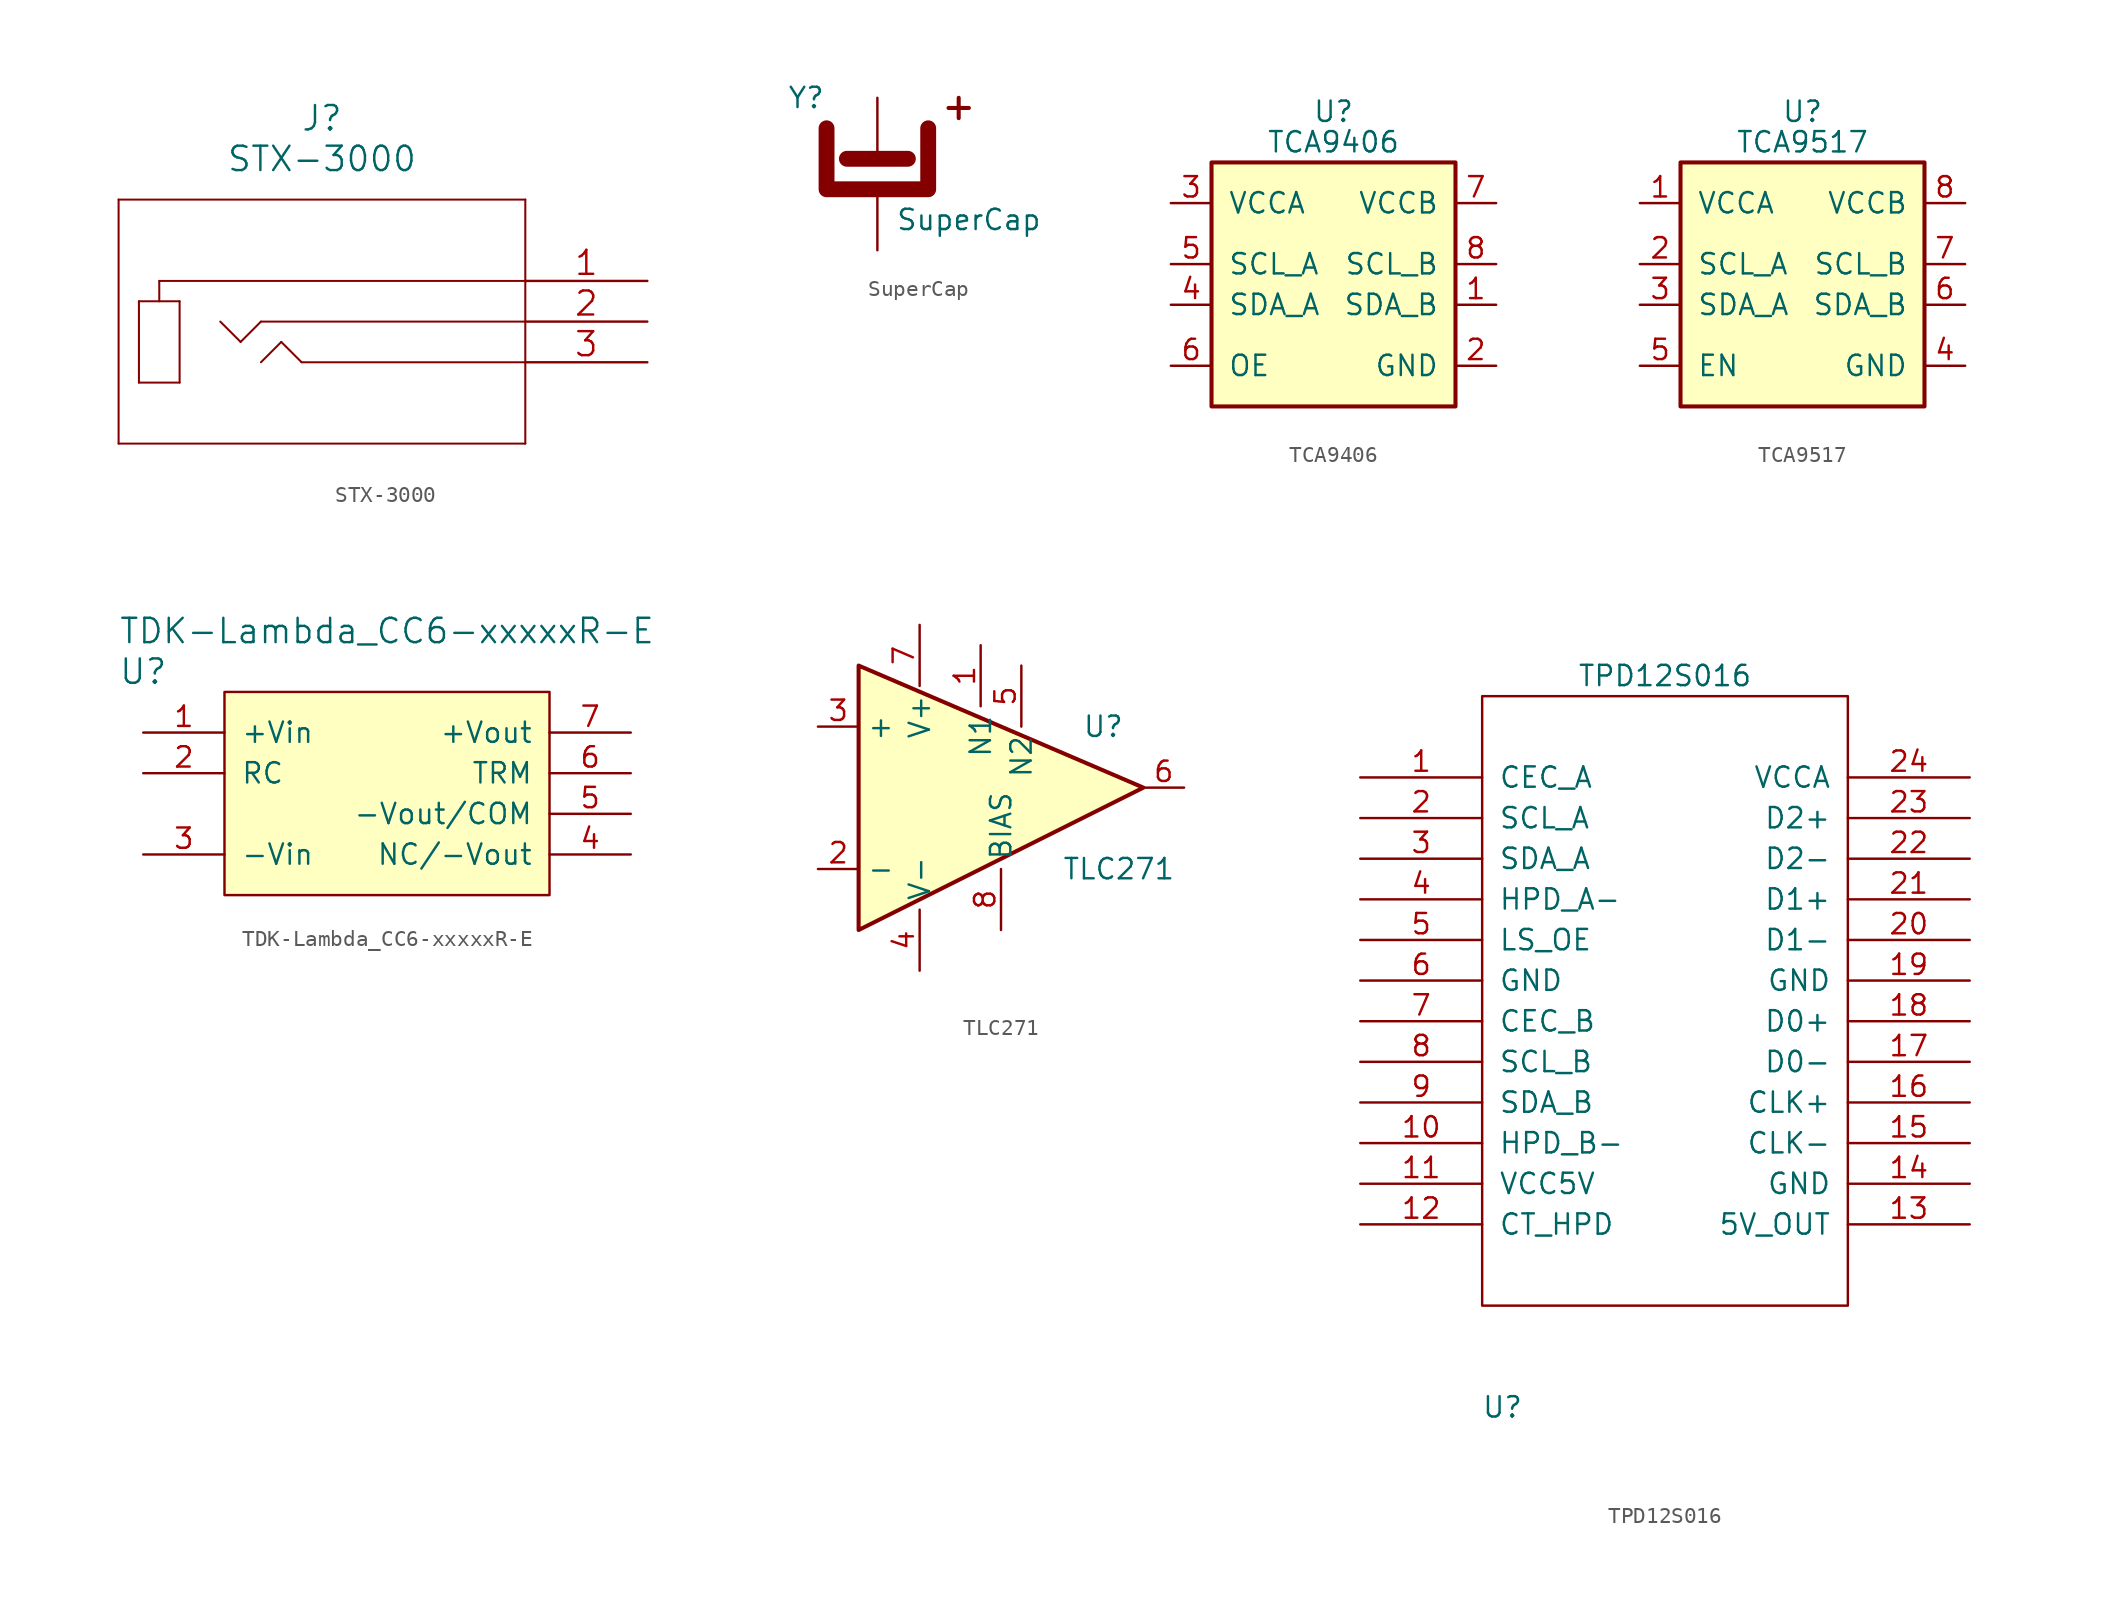
<source format=kicad_sym>
(kicad_symbol_lib
  (version 20211014)
  (generator kicad_symbol_editor)
  (symbol "STX-3000"
    (pin_names
      (offset -0.254) hide)
    (property "Reference" "J"
      (at -20.32 10.16 0)
      (effects (font (size 1.524 1.524))))
    (property "Value" "STX-3000"
      (at -20.32 7.62 0)
      (effects (font (size 1.524 1.524))))
    (property "Datasheet" ""
      (at 0 0 0)
      (effects (font (size 1.524 1.524))))
    (property "ki_locked" ""
      (at 0 0 0)
      (effects (font (size 1.27 1.27))))
    (symbol "STX-3000_1_1"
      (polyline (pts (xy -33.02 -10.16) (xy -7.62 -10.16)) (stroke (width 0.127) (type default) (color 0 0 0 0)) (fill (type none)))
      (polyline (pts (xy -33.02 5.08) (xy -33.02 -10.16)) (stroke (width 0.127) (type default) (color 0 0 0 0)) (fill (type none)))
      (polyline (pts (xy -31.75 -6.35) (xy -31.75 -1.27)) (stroke (width 0.127) (type default) (color 0 0 0 0)) (fill (type none)))
      (polyline (pts (xy -31.75 -1.27) (xy -29.21 -1.27)) (stroke (width 0.127) (type default) (color 0 0 0 0)) (fill (type none)))
      (polyline (pts (xy -30.48 0) (xy -30.48 -1.27)) (stroke (width 0.127) (type default) (color 0 0 0 0)) (fill (type none)))
      (polyline (pts (xy -29.21 -6.35) (xy -31.75 -6.35)) (stroke (width 0.127) (type default) (color 0 0 0 0)) (fill (type none)))
      (polyline (pts (xy -29.21 -1.27) (xy -29.21 -6.35)) (stroke (width 0.127) (type default) (color 0 0 0 0)) (fill (type none)))
      (polyline (pts (xy -25.4 -3.81) (xy -26.67 -2.54)) (stroke (width 0.127) (type default) (color 0 0 0 0)) (fill (type none)))
      (polyline (pts (xy -25.4 -3.81) (xy -24.13 -2.54)) (stroke (width 0.127) (type default) (color 0 0 0 0)) (fill (type none)))
      (polyline (pts (xy -22.86 -3.81) (xy -24.13 -5.08)) (stroke (width 0.127) (type default) (color 0 0 0 0)) (fill (type none)))
      (polyline (pts (xy -21.59 -5.08) (xy -22.86 -3.81)) (stroke (width 0.127) (type default) (color 0 0 0 0)) (fill (type none)))
      (polyline (pts (xy -7.62 -10.16) (xy -7.62 5.08)) (stroke (width 0.127) (type default) (color 0 0 0 0)) (fill (type none)))
      (polyline (pts (xy -7.62 -5.08) (xy -21.59 -5.08)) (stroke (width 0.127) (type default) (color 0 0 0 0)) (fill (type none)))
      (polyline (pts (xy -7.62 -2.54) (xy -24.13 -2.54)) (stroke (width 0.127) (type default) (color 0 0 0 0)) (fill (type none)))
      (polyline (pts (xy -7.62 0) (xy -30.48 0)) (stroke (width 0.127) (type default) (color 0 0 0 0)) (fill (type none)))
      (polyline (pts (xy -7.62 5.08) (xy -33.02 5.08)) (stroke (width 0.127) (type default) (color 0 0 0 0)) (fill (type none)))
      (pin bidirectional line (at 0 0 180) (length 7.62) (name "1" (effects (font (size 1.499 1.499)))) (number "1" (effects (font (size 1.499 1.499)))))
      (pin unspecified line (at 0 -2.54 180) (length 7.62) (name "2" (effects (font (size 1.499 1.499)))) (number "2" (effects (font (size 1.499 1.499)))))
      (pin bidirectional line (at 0 -5.08 180) (length 7.62) (name "3" (effects (font (size 1.499 1.499)))) (number "3" (effects (font (size 1.499 1.499)))))))
  (symbol "SuperCap"
    (pin_numbers hide)
    (pin_names
      (offset 1.016) hide)
    (property "Reference" "Y"
      (at -4.445 3.175 0)
      (effects (font (size 1.27 1.27))))
    (property "Value" "SuperCap"
      (at 5.715 -4.445 0)
      (effects (font (size 1.27 1.27))))
    (symbol "SuperCap_0_1"
      (polyline (pts (xy -1.905 -0.635) (xy 1.905 -0.635)) (stroke (width 0.991) (type default) (color 0 0 0 0)) (fill (type none)))
      (polyline (pts (xy 4.445 2.54) (xy 5.715 2.54)) (stroke (width 0.254) (type default) (color 0 0 0 0)) (fill (type none)))
      (polyline (pts (xy 5.08 3.175) (xy 5.08 1.905)) (stroke (width 0.254) (type default) (color 0 0 0 0)) (fill (type none)))
      (polyline (pts (xy -3.175 1.27) (xy -3.175 -2.54) (xy 3.175 -2.54) (xy 3.175 1.27)) (stroke (width 0.991) (type default) (color 0 0 0 0)) (fill (type none))))
    (symbol "SuperCap_1_1"
      (pin passive line (at 0 3.175 270) (length 3.81) (name "~" (effects (font (size 1.27 1.27)))) (number "1" (effects (font (size 1.27 1.27)))))
      (pin passive line (at 0 -6.35 90) (length 3.81) (name "~" (effects (font (size 1.27 1.27)))) (number "2" (effects (font (size 1.27 1.27)))))))
  (symbol "TCA9406"
    (pin_names
      (offset 1.016))
    (property "Reference" "U"
      (at 0 10.795 0)
      (effects (font (size 1.27 1.27))))
    (property "Value" "TCA9406"
      (at 0 8.89 0)
      (effects (font (size 1.27 1.27))))
    (symbol "TCA9406_0_1"
      (rectangle (start -7.62 7.62) (end 7.62 -7.62) (stroke (width 0.254) (type default) (color 0 0 0 0)) (fill (type background))))
    (symbol "TCA9406_1_1"
      (pin output line (at 10.16 -1.27 180) (length 2.54) (name "SDA_B" (effects (font (size 1.27 1.27)))) (number "1" (effects (font (size 1.27 1.27)))))
      (pin power_in line (at 10.16 -5.08 180) (length 2.54) (name "GND" (effects (font (size 1.27 1.27)))) (number "2" (effects (font (size 1.27 1.27)))))
      (pin power_in line (at -10.16 5.08 0) (length 2.54) (name "VCCA" (effects (font (size 1.27 1.27)))) (number "3" (effects (font (size 1.27 1.27)))))
      (pin input line (at -10.16 -1.27 0) (length 2.54) (name "SDA_A" (effects (font (size 1.27 1.27)))) (number "4" (effects (font (size 1.27 1.27)))))
      (pin input line (at -10.16 1.27 0) (length 2.54) (name "SCL_A" (effects (font (size 1.27 1.27)))) (number "5" (effects (font (size 1.27 1.27)))))
      (pin power_in line (at -10.16 -5.08 0) (length 2.54) (name "OE" (effects (font (size 1.27 1.27)))) (number "6" (effects (font (size 1.27 1.27)))))
      (pin power_in line (at 10.16 5.08 180) (length 2.54) (name "VCCB" (effects (font (size 1.27 1.27)))) (number "7" (effects (font (size 1.27 1.27)))))
      (pin output line (at 10.16 1.27 180) (length 2.54) (name "SCL_B" (effects (font (size 1.27 1.27)))) (number "8" (effects (font (size 1.27 1.27)))))))
  (symbol "TCA9517"
    (pin_names
      (offset 1.016))
    (property "Reference" "U"
      (at 0 10.795 0)
      (effects (font (size 1.27 1.27))))
    (property "Value" "TCA9517"
      (at 0 8.89 0)
      (effects (font (size 1.27 1.27))))
    (symbol "TCA9517_0_1"
      (rectangle (start -7.62 7.62) (end 7.62 -7.62) (stroke (width 0.254) (type default) (color 0 0 0 0)) (fill (type background))))
    (symbol "TCA9517_1_1"
      (pin power_in line (at -10.16 5.08 0) (length 2.54) (name "VCCA" (effects (font (size 1.27 1.27)))) (number "1" (effects (font (size 1.27 1.27)))))
      (pin input line (at -10.16 1.27 0) (length 2.54) (name "SCL_A" (effects (font (size 1.27 1.27)))) (number "2" (effects (font (size 1.27 1.27)))))
      (pin input line (at -10.16 -1.27 0) (length 2.54) (name "SDA_A" (effects (font (size 1.27 1.27)))) (number "3" (effects (font (size 1.27 1.27)))))
      (pin power_in line (at 10.16 -5.08 180) (length 2.54) (name "GND" (effects (font (size 1.27 1.27)))) (number "4" (effects (font (size 1.27 1.27)))))
      (pin power_in line (at -10.16 -5.08 0) (length 2.54) (name "EN" (effects (font (size 1.27 1.27)))) (number "5" (effects (font (size 1.27 1.27)))))
      (pin output line (at 10.16 -1.27 180) (length 2.54) (name "SDA_B" (effects (font (size 1.27 1.27)))) (number "6" (effects (font (size 1.27 1.27)))))
      (pin output line (at 10.16 1.27 180) (length 2.54) (name "SCL_B" (effects (font (size 1.27 1.27)))) (number "7" (effects (font (size 1.27 1.27)))))
      (pin power_in line (at 10.16 5.08 180) (length 2.54) (name "VCCB" (effects (font (size 1.27 1.27)))) (number "8" (effects (font (size 1.27 1.27)))))))
  (symbol "TDK-Lambda_CC6-xxxxxR-E"
    (pin_names
      (offset 1.016))
    (property "Reference" "U"
      (at -15.24 1.27 0)
      (effects (font (size 1.524 1.524))))
    (property "Value" "TDK-Lambda_CC6-xxxxxR-E"
      (at 0 3.81 0)
      (effects (font (size 1.524 1.524))))
    (symbol "TDK-Lambda_CC6-xxxxxR-E_0_0"
      (rectangle (start -10.16 0) (end 10.16 -12.7) (stroke (width 0) (type default) (color 0 0 0 0)) (fill (type background))))
    (symbol "TDK-Lambda_CC6-xxxxxR-E_1_1"
      (pin input line (at -15.24 -2.54 0) (length 5.08) (name "+Vin" (effects (font (size 1.27 1.27)))) (number "1" (effects (font (size 1.27 1.27)))))
      (pin input line (at -15.24 -5.08 0) (length 5.08) (name "RC" (effects (font (size 1.27 1.27)))) (number "2" (effects (font (size 1.27 1.27)))))
      (pin input line (at -15.24 -10.16 0) (length 5.08) (name "-Vin" (effects (font (size 1.27 1.27)))) (number "3" (effects (font (size 1.27 1.27)))))
      (pin input line (at 15.24 -10.16 180) (length 5.08) (name "NC/-Vout" (effects (font (size 1.27 1.27)))) (number "4" (effects (font (size 1.27 1.27)))))
      (pin input line (at 15.24 -7.62 180) (length 5.08) (name "-Vout/COM" (effects (font (size 1.27 1.27)))) (number "5" (effects (font (size 1.27 1.27)))))
      (pin input line (at 15.24 -5.08 180) (length 5.08) (name "TRM" (effects (font (size 1.27 1.27)))) (number "6" (effects (font (size 1.27 1.27)))))
      (pin input line (at 15.24 -2.54 180) (length 5.08) (name "+Vout" (effects (font (size 1.27 1.27)))) (number "7" (effects (font (size 1.27 1.27)))))))
  (symbol "TLC271"
    (property "Reference" "U"
      (at 8.89 3.81 0)
      (effects (font (size 1.27 1.27)) (justify left)))
    (property "Value" "TLC271"
      (at 7.62 -5.08 0)
      (effects (font (size 1.27 1.27)) (justify left)))
    (property "Footprint" ""
      (at -1.27 2.54 0)
      (effects (font (size 1.27 1.27))))
    (property "Datasheet" ""
      (at 1.27 5.08 0)
      (effects (font (size 1.27 1.27))))
    (symbol "TLC271_0_1"
      (polyline (pts (xy -5.08 7.62) (xy 12.7 0) (xy -5.08 -8.89) (xy -5.08 7.62)) (stroke (width 0.254) (type default) (color 0 0 0 0)) (fill (type background)))
      (pin power_in line (at 2.54 8.89 270) (length 3.81) (name "N1" (effects (font (size 1.27 1.27)))) (number "1" (effects (font (size 1.27 1.27)))))
      (pin power_in line (at -1.27 -11.43 90) (length 3.81) (name "V-" (effects (font (size 1.27 1.27)))) (number "4" (effects (font (size 1.27 1.27)))))
      (pin power_in line (at 5.08 7.62 270) (length 3.81) (name "N2" (effects (font (size 1.27 1.27)))) (number "5" (effects (font (size 1.27 1.27)))))
      (pin power_in line (at -1.27 10.16 270) (length 3.81) (name "V+" (effects (font (size 1.27 1.27)))) (number "7" (effects (font (size 1.27 1.27)))))
      (pin power_in line (at 3.81 -8.89 90) (length 3.81) (name "BIAS" (effects (font (size 1.27 1.27)))) (number "8" (effects (font (size 1.27 1.27))))))
    (symbol "TLC271_1_1"
      (pin input line (at -7.62 -5.08 0) (length 2.54) (name "-" (effects (font (size 1.27 1.27)))) (number "2" (effects (font (size 1.27 1.27)))))
      (pin input line (at -7.62 3.81 0) (length 2.54) (name "+" (effects (font (size 1.27 1.27)))) (number "3" (effects (font (size 1.27 1.27)))))
      (pin output line (at 15.24 0 180) (length 2.54) (name "~" (effects (font (size 1.27 1.27)))) (number "6" (effects (font (size 1.27 1.27)))))))
  (symbol "TPD12S016"
    (pin_names
      (offset 1.016))
    (property "Reference" "U"
      (at -10.16 -25.4 0)
      (effects (font (size 1.27 1.27))))
    (property "Value" "TPD12S016"
      (at 0 20.32 0)
      (effects (font (size 1.27 1.27))))
    (symbol "TPD12S016_1_0"
      (rectangle (start -11.43 -19.05) (end 11.43 19.05) (stroke (width 0) (type default) (color 0 0 0 0)) (fill (type none))))
    (symbol "TPD12S016_1_1"
      (pin input line (at -19.05 13.97 0) (length 7.62) (name "CEC_A" (effects (font (size 1.27 1.27)))) (number "1" (effects (font (size 1.27 1.27)))))
      (pin output line (at -19.05 -8.89 0) (length 7.62) (name "HPD_B-" (effects (font (size 1.27 1.27)))) (number "10" (effects (font (size 1.27 1.27)))))
      (pin input line (at -19.05 -11.43 0) (length 7.62) (name "VCC5V" (effects (font (size 1.27 1.27)))) (number "11" (effects (font (size 1.27 1.27)))))
      (pin input line (at -19.05 -13.97 0) (length 7.62) (name "CT_HPD" (effects (font (size 1.27 1.27)))) (number "12" (effects (font (size 1.27 1.27)))))
      (pin output line (at 19.05 -13.97 180) (length 7.62) (name "5V_OUT" (effects (font (size 1.27 1.27)))) (number "13" (effects (font (size 1.27 1.27)))))
      (pin input line (at 19.05 -11.43 180) (length 7.62) (name "GND" (effects (font (size 1.27 1.27)))) (number "14" (effects (font (size 1.27 1.27)))))
      (pin output line (at 19.05 -8.89 180) (length 7.62) (name "CLK-" (effects (font (size 1.27 1.27)))) (number "15" (effects (font (size 1.27 1.27)))))
      (pin output line (at 19.05 -6.35 180) (length 7.62) (name "CLK+" (effects (font (size 1.27 1.27)))) (number "16" (effects (font (size 1.27 1.27)))))
      (pin output line (at 19.05 -3.81 180) (length 7.62) (name "D0-" (effects (font (size 1.27 1.27)))) (number "17" (effects (font (size 1.27 1.27)))))
      (pin output line (at 19.05 -1.27 180) (length 7.62) (name "D0+" (effects (font (size 1.27 1.27)))) (number "18" (effects (font (size 1.27 1.27)))))
      (pin input line (at 19.05 1.27 180) (length 7.62) (name "GND" (effects (font (size 1.27 1.27)))) (number "19" (effects (font (size 1.27 1.27)))))
      (pin input line (at -19.05 11.43 0) (length 7.62) (name "SCL_A" (effects (font (size 1.27 1.27)))) (number "2" (effects (font (size 1.27 1.27)))))
      (pin output line (at 19.05 3.81 180) (length 7.62) (name "D1-" (effects (font (size 1.27 1.27)))) (number "20" (effects (font (size 1.27 1.27)))))
      (pin output line (at 19.05 6.35 180) (length 7.62) (name "D1+" (effects (font (size 1.27 1.27)))) (number "21" (effects (font (size 1.27 1.27)))))
      (pin output line (at 19.05 8.89 180) (length 7.62) (name "D2-" (effects (font (size 1.27 1.27)))) (number "22" (effects (font (size 1.27 1.27)))))
      (pin output line (at 19.05 11.43 180) (length 7.62) (name "D2+" (effects (font (size 1.27 1.27)))) (number "23" (effects (font (size 1.27 1.27)))))
      (pin input line (at 19.05 13.97 180) (length 7.62) (name "VCCA" (effects (font (size 1.27 1.27)))) (number "24" (effects (font (size 1.27 1.27)))))
      (pin input line (at -19.05 8.89 0) (length 7.62) (name "SDA_A" (effects (font (size 1.27 1.27)))) (number "3" (effects (font (size 1.27 1.27)))))
      (pin input line (at -19.05 6.35 0) (length 7.62) (name "HPD_A-" (effects (font (size 1.27 1.27)))) (number "4" (effects (font (size 1.27 1.27)))))
      (pin bidirectional line (at -19.05 3.81 0) (length 7.62) (name "LS_OE" (effects (font (size 1.27 1.27)))) (number "5" (effects (font (size 1.27 1.27)))))
      (pin input line (at -19.05 1.27 0) (length 7.62) (name "GND" (effects (font (size 1.27 1.27)))) (number "6" (effects (font (size 1.27 1.27)))))
      (pin output line (at -19.05 -1.27 0) (length 7.62) (name "CEC_B" (effects (font (size 1.27 1.27)))) (number "7" (effects (font (size 1.27 1.27)))))
      (pin output line (at -19.05 -3.81 0) (length 7.62) (name "SCL_B" (effects (font (size 1.27 1.27)))) (number "8" (effects (font (size 1.27 1.27)))))
      (pin output line (at -19.05 -6.35 0) (length 7.62) (name "SDA_B" (effects (font (size 1.27 1.27)))) (number "9" (effects (font (size 1.27 1.27))))))))
</source>
